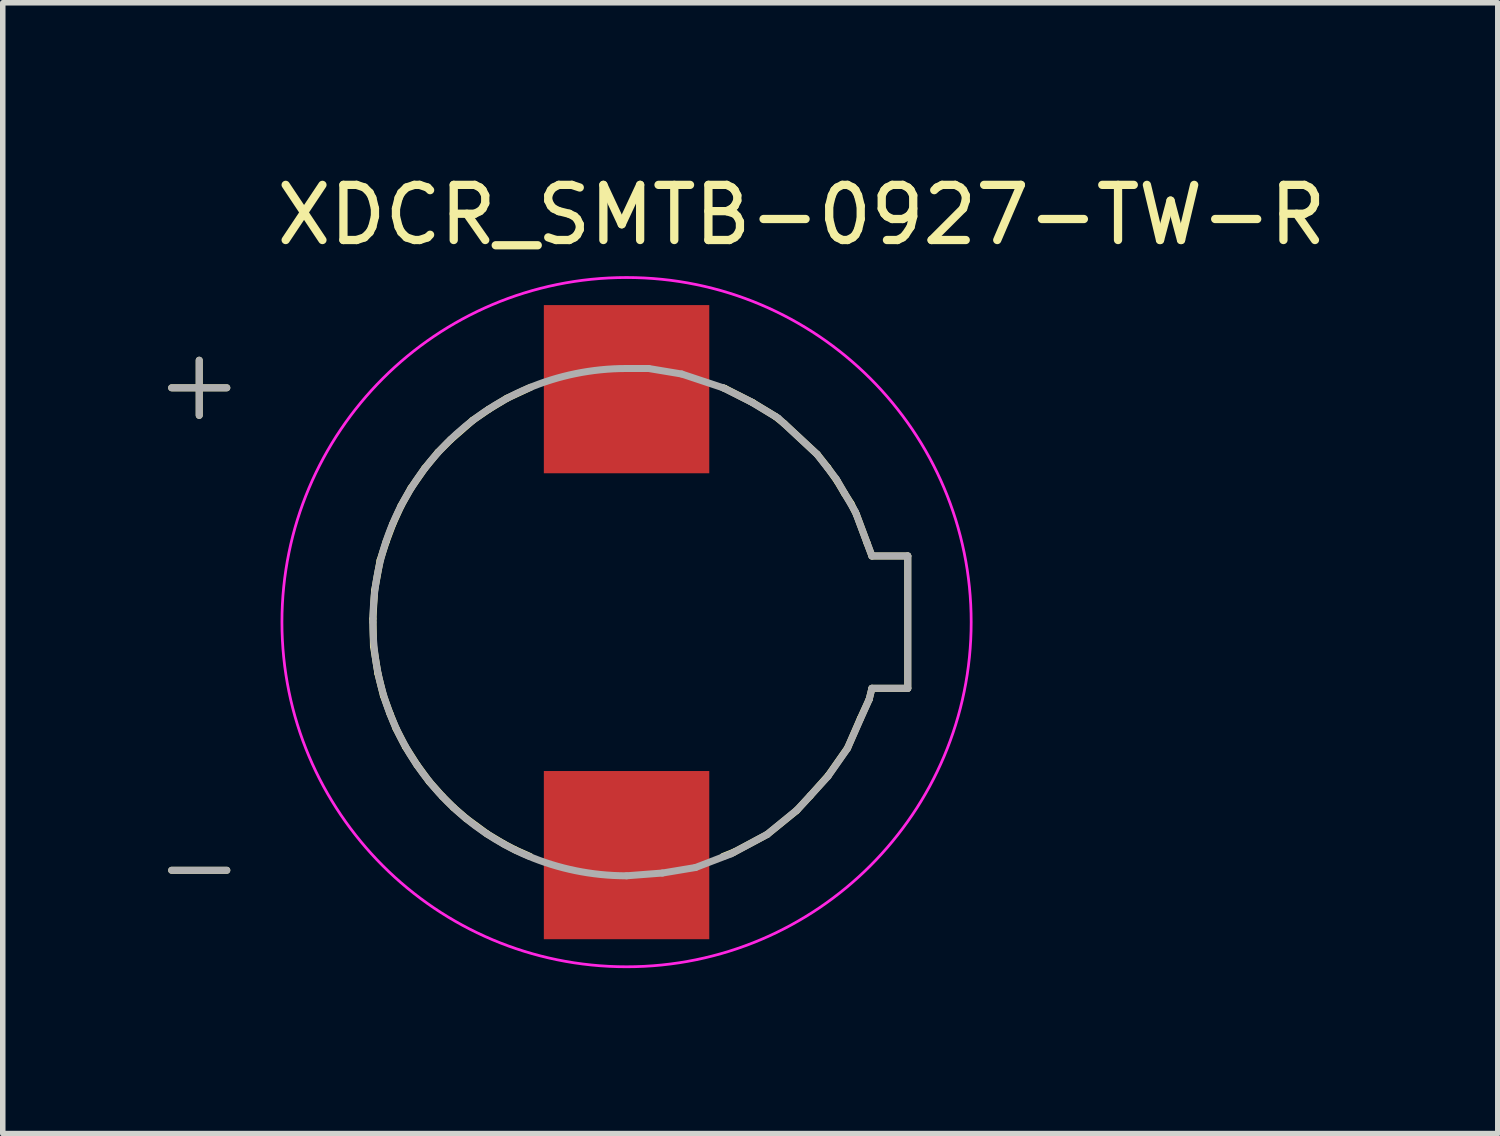
<source format=kicad_pcb>
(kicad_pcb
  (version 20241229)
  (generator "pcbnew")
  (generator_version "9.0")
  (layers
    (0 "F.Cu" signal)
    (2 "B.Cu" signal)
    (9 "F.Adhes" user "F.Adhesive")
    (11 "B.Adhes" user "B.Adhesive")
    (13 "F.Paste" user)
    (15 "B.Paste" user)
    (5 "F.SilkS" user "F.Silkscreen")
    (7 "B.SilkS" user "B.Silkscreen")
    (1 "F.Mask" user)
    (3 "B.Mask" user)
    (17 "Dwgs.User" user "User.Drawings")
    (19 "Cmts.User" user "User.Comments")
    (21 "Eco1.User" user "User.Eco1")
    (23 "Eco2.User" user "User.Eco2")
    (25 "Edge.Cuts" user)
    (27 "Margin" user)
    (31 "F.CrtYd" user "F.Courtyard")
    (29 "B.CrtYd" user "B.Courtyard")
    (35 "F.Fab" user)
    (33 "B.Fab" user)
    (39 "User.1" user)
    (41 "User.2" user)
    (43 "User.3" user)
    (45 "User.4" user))
  (footprint "XDCR_SMTB-0927-TW-R"
    (layer "F.Cu")
    (at 8.313 8.233)
    (property "Reference" "XDCR_SMTB-0927-TW-R" (at 3.175 -7.385 0) (layer "F.SilkS") (effects (font (size 1 1) (thickness 0.15))))
    (attr smd)
    (fp_line (start -7.75 -4.75) (end -7.75 -3.75) (stroke (width 0.127) (type solid)) (layer "F.SilkS"))
    (fp_line (start -7.25 -4.25) (end -8.25 -4.25) (stroke (width 0.127) (type solid)) (layer "F.SilkS"))
    (fp_line (start -7.25 4.5) (end -8.25 4.5) (stroke (width 0.127) (type solid)) (layer "F.SilkS"))
    (fp_line (start -4.6 -0.06) (end -4.59 0.43) (stroke (width 0.127) (type solid)) (layer "F.SilkS"))
    (fp_line (start -4.59 0.43) (end -4.51 0.93) (stroke (width 0.127) (type solid)) (layer "F.SilkS"))
    (fp_line (start -4.57 -0.57) (end -4.6 -0.06) (stroke (width 0.127) (type solid)) (layer "F.SilkS"))
    (fp_line (start -4.51 0.93) (end -4.41 1.33) (stroke (width 0.127) (type solid)) (layer "F.SilkS"))
    (fp_line (start -4.47 -1.12) (end -4.57 -0.57) (stroke (width 0.127) (type solid)) (layer "F.SilkS"))
    (fp_line (start -4.41 1.33) (end -4.29 1.66) (stroke (width 0.127) (type solid)) (layer "F.SilkS"))
    (fp_line (start -4.36 -1.46) (end -4.47 -1.12) (stroke (width 0.127) (type solid)) (layer "F.SilkS"))
    (fp_line (start -4.29 1.66) (end -4.18 1.93) (stroke (width 0.127) (type solid)) (layer "F.SilkS"))
    (fp_line (start -4.24 -1.78) (end -4.36 -1.46) (stroke (width 0.127) (type solid)) (layer "F.SilkS"))
    (fp_line (start -4.18 1.93) (end -4.01 2.26) (stroke (width 0.127) (type solid)) (layer "F.SilkS"))
    (fp_line (start -4.09 -2.11) (end -4.24 -1.78) (stroke (width 0.127) (type solid)) (layer "F.SilkS"))
    (fp_line (start -4.01 2.26) (end -3.8 2.59) (stroke (width 0.127) (type solid)) (layer "F.SilkS"))
    (fp_line (start -3.91 -2.43) (end -4.09 -2.11) (stroke (width 0.127) (type solid)) (layer "F.SilkS"))
    (fp_line (start -3.8 2.59) (end -3.58 2.89) (stroke (width 0.127) (type solid)) (layer "F.SilkS"))
    (fp_line (start -3.66 -2.79) (end -3.91 -2.43) (stroke (width 0.127) (type solid)) (layer "F.SilkS"))
    (fp_line (start -3.58 2.89) (end -3.34 3.16) (stroke (width 0.127) (type solid)) (layer "F.SilkS"))
    (fp_line (start -3.42 -3.08) (end -3.66 -2.79) (stroke (width 0.127) (type solid)) (layer "F.SilkS"))
    (fp_line (start -3.34 3.16) (end -3.14 3.36) (stroke (width 0.127) (type solid)) (layer "F.SilkS"))
    (fp_line (start -3.19 -3.31) (end -3.42 -3.08) (stroke (width 0.127) (type solid)) (layer "F.SilkS"))
    (fp_line (start -3.14 3.36) (end -2.91 3.56) (stroke (width 0.127) (type solid)) (layer "F.SilkS"))
    (fp_line (start -2.91 3.56) (end -2.53 3.84) (stroke (width 0.127) (type solid)) (layer "F.SilkS"))
    (fp_line (start -2.79 -3.66) (end -3.19 -3.31) (stroke (width 0.127) (type solid)) (layer "F.SilkS"))
    (fp_line (start -2.53 3.84) (end -2.23 4.02) (stroke (width 0.127) (type solid)) (layer "F.SilkS"))
    (fp_line (start -2.5 -3.86) (end -2.79 -3.66) (stroke (width 0.127) (type solid)) (layer "F.SilkS"))
    (fp_line (start -2.23 4.02) (end -2.02 4.13) (stroke (width 0.127) (type solid)) (layer "F.SilkS"))
    (fp_line (start -2.17 -4.06) (end -2.5 -3.86) (stroke (width 0.127) (type solid)) (layer "F.SilkS"))
    (fp_line (start -2.02 4.13) (end -1.75 4.25) (stroke (width 0.127) (type solid)) (layer "F.SilkS"))
    (fp_line (start -1.74 -4.26) (end -2.17 -4.06) (stroke (width 0.127) (type solid)) (layer "F.SilkS"))
    (fp_line (start 1.78 -4.24) (end 1.75 -4.25) (stroke (width 0.127) (type solid)) (layer "F.SilkS"))
    (fp_line (start 1.95 4.17) (end 1.75 4.25) (stroke (width 0.127) (type solid)) (layer "F.SilkS"))
    (fp_line (start 2.29 -3.98) (end 1.78 -4.24) (stroke (width 0.127) (type solid)) (layer "F.SilkS"))
    (fp_line (start 2.55 3.85) (end 1.95 4.17) (stroke (width 0.127) (type solid)) (layer "F.SilkS"))
    (fp_line (start 2.7 -3.73) (end 2.29 -3.98) (stroke (width 0.127) (type solid)) (layer "F.SilkS"))
    (fp_line (start 2.86 -3.6) (end 2.7 -3.73) (stroke (width 0.127) (type solid)) (layer "F.SilkS"))
    (fp_line (start 3.08 3.42) (end 2.55 3.85) (stroke (width 0.127) (type solid)) (layer "F.SilkS"))
    (fp_line (start 3.33 3.15) (end 3.08 3.42) (stroke (width 0.127) (type solid)) (layer "F.SilkS"))
    (fp_line (start 3.46 -3.04) (end 2.86 -3.6) (stroke (width 0.127) (type solid)) (layer "F.SilkS"))
    (fp_line (start 3.65 -2.8) (end 3.46 -3.04) (stroke (width 0.127) (type solid)) (layer "F.SilkS"))
    (fp_line (start 3.66 2.78) (end 3.33 3.15) (stroke (width 0.127) (type solid)) (layer "F.SilkS"))
    (fp_line (start 3.82 -2.56) (end 3.65 -2.8) (stroke (width 0.127) (type solid)) (layer "F.SilkS"))
    (fp_line (start 3.95 -2.34) (end 3.82 -2.56) (stroke (width 0.127) (type solid)) (layer "F.SilkS"))
    (fp_line (start 4.01 2.28) (end 3.66 2.78) (stroke (width 0.127) (type solid)) (layer "F.SilkS"))
    (fp_line (start 4.07 -2.15) (end 3.95 -2.34) (stroke (width 0.127) (type solid)) (layer "F.SilkS"))
    (fp_line (start 4.17 -1.95) (end 4.07 -2.15) (stroke (width 0.127) (type solid)) (layer "F.SilkS"))
    (fp_line (start 4.24 1.75) (end 4.01 2.28) (stroke (width 0.127) (type solid)) (layer "F.SilkS"))
    (fp_line (start 4.36 -1.44) (end 4.17 -1.95) (stroke (width 0.127) (type solid)) (layer "F.SilkS"))
    (fp_line (start 4.4 1.4) (end 4.24 1.75) (stroke (width 0.127) (type solid)) (layer "F.SilkS"))
    (fp_line (start 4.45 -1.2) (end 4.36 -1.44) (stroke (width 0.127) (type solid)) (layer "F.SilkS"))
    (fp_line (start 4.45 1.2) (end 4.4 1.4) (stroke (width 0.127) (type solid)) (layer "F.SilkS"))
    (fp_line (start 5.1 -1.2) (end 4.45 -1.2) (stroke (width 0.127) (type solid)) (layer "F.SilkS"))
    (fp_line (start 5.1 -1.2) (end 5.1 1.2) (stroke (width 0.127) (type solid)) (layer "F.SilkS"))
    (fp_line (start 5.1 1.2) (end 4.45 1.2) (stroke (width 0.127) (type solid)) (layer "F.SilkS"))
    (fp_circle (center 0 0) (end 6.25 0) (stroke (width 0.05) (type solid)) (fill no) (layer "F.CrtYd"))
    (fp_line (start -8.25 -4.25) (end -7.25 -4.25) (stroke (width 0.127) (type solid)) (layer "F.Fab"))
    (fp_line (start -7.75 -4.75) (end -7.75 -3.75) (stroke (width 0.127) (type solid)) (layer "F.Fab"))
    (fp_line (start -7.25 4.5) (end -8.25 4.5) (stroke (width 0.127) (type solid)) (layer "F.Fab"))
    (fp_line (start 0 4.6) (end 0.65 4.55) (stroke (width 0.127) (type solid)) (layer "F.Fab"))
    (fp_line (start 0.4 -4.6) (end 0 -4.6) (stroke (width 0.127) (type solid)) (layer "F.Fab"))
    (fp_line (start 0.65 4.55) (end 1.25 4.45) (stroke (width 0.127) (type solid)) (layer "F.Fab"))
    (fp_line (start 1 -4.5) (end 0.4 -4.6) (stroke (width 0.127) (type solid)) (layer "F.Fab"))
    (fp_line (start 1.25 4.45) (end 1.9 4.2) (stroke (width 0.127) (type solid)) (layer "F.Fab"))
    (fp_line (start 1.75 -4.25) (end 1 -4.5) (stroke (width 0.127) (type solid)) (layer "F.Fab"))
    (fp_line (start 1.9 4.2) (end 2.55 3.85) (stroke (width 0.127) (type solid)) (layer "F.Fab"))
    (fp_line (start 2.25 -4) (end 1.75 -4.25) (stroke (width 0.127) (type solid)) (layer "F.Fab"))
    (fp_line (start 2.55 3.85) (end 3.1 3.4) (stroke (width 0.127) (type solid)) (layer "F.Fab"))
    (fp_line (start 2.75 -3.7) (end 2.25 -4) (stroke (width 0.127) (type solid)) (layer "F.Fab"))
    (fp_line (start 3.1 3.4) (end 3.65 2.8) (stroke (width 0.127) (type solid)) (layer "F.Fab"))
    (fp_line (start 3.45 -3.05) (end 2.75 -3.7) (stroke (width 0.127) (type solid)) (layer "F.Fab"))
    (fp_line (start 3.65 2.8) (end 4 2.3) (stroke (width 0.127) (type solid)) (layer "F.Fab"))
    (fp_line (start 3.8 -2.6) (end 3.45 -3.05) (stroke (width 0.127) (type solid)) (layer "F.Fab"))
    (fp_line (start 4 2.3) (end 4.4 1.4) (stroke (width 0.127) (type solid)) (layer "F.Fab"))
    (fp_line (start 4.15 -2) (end 3.8 -2.6) (stroke (width 0.127) (type solid)) (layer "F.Fab"))
    (fp_line (start 4.4 1.4) (end 4.45 1.2) (stroke (width 0.127) (type solid)) (layer "F.Fab"))
    (fp_line (start 4.45 -1.2) (end 4.15 -2) (stroke (width 0.127) (type solid)) (layer "F.Fab"))
    (fp_line (start 4.45 1.2) (end 5.1 1.2) (stroke (width 0.127) (type solid)) (layer "F.Fab"))
    (fp_line (start 5.1 -1.2) (end 4.45 -1.2) (stroke (width 0.127) (type solid)) (layer "F.Fab"))
    (fp_line (start 5.1 1.2) (end 5.1 -1.2) (stroke (width 0.127) (type solid)) (layer "F.Fab"))
    (fp_arc (start -4.6 0) (mid -3.252691 -3.252691) (end 0 -4.6) (stroke (width 0.127) (type solid)) (layer "F.Fab"))
    (fp_arc (start 0 4.6) (mid -3.252691 3.252691) (end -4.6 0) (stroke (width 0.127) (type solid)) (layer "F.Fab"))
    (pad "N" smd rect (at 0 4.225) (size 3 3.05) (layers "F.Cu" "F.Mask" "F.Paste"))
    (pad "P" smd rect (at 0 -4.225) (size 3 3.05) (layers "F.Cu" "F.Mask" "F.Paste")))
  (gr_rect
    (start -3 -3)
    (end 24.113 17.508)
    (stroke (width 0.1) (type default))
    (fill no)
    (layer "Edge.Cuts")))
</source>
